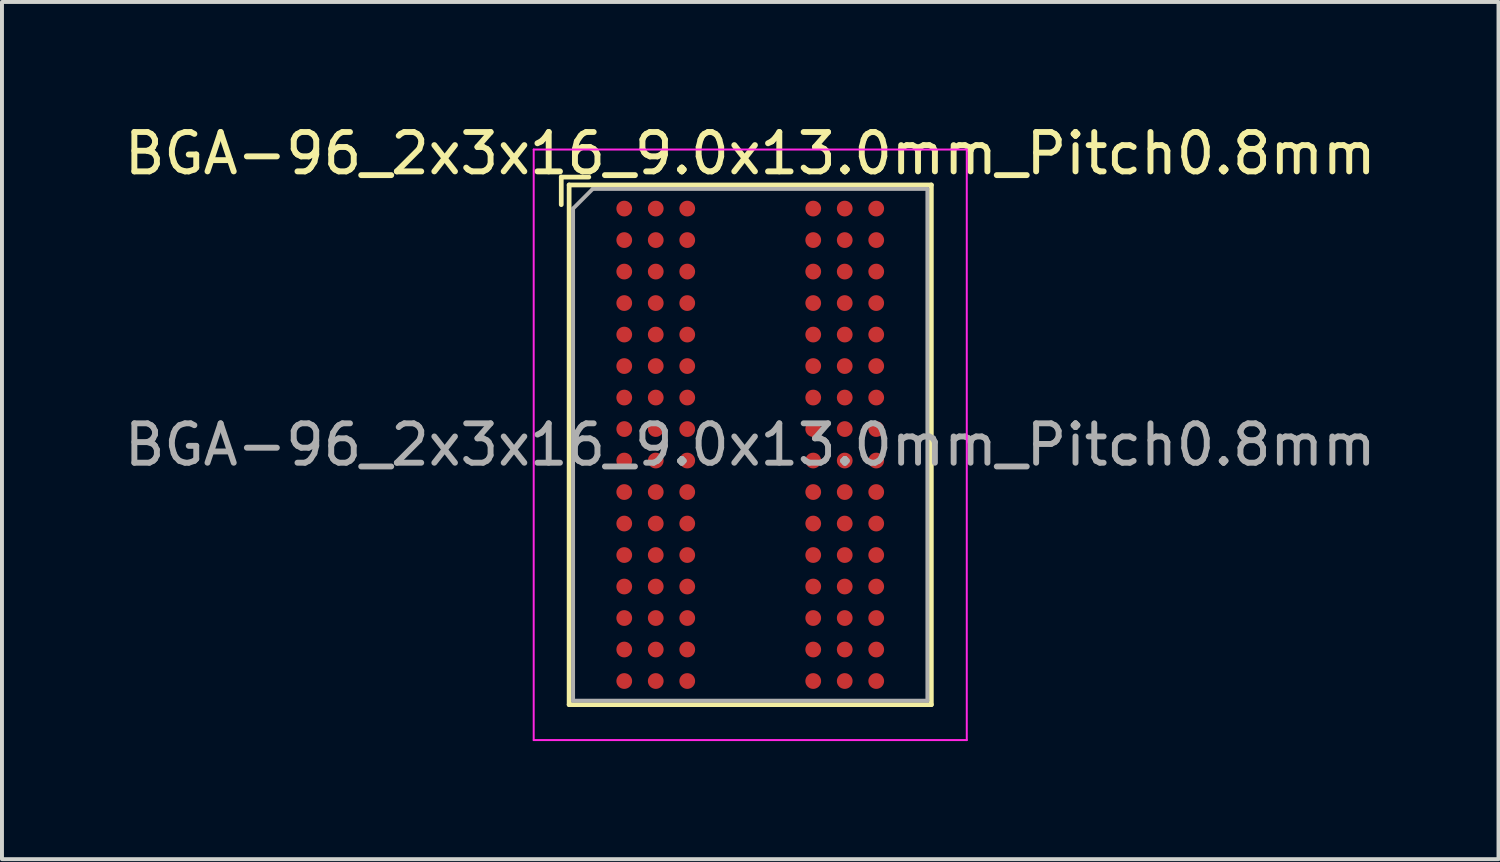
<source format=kicad_pcb>
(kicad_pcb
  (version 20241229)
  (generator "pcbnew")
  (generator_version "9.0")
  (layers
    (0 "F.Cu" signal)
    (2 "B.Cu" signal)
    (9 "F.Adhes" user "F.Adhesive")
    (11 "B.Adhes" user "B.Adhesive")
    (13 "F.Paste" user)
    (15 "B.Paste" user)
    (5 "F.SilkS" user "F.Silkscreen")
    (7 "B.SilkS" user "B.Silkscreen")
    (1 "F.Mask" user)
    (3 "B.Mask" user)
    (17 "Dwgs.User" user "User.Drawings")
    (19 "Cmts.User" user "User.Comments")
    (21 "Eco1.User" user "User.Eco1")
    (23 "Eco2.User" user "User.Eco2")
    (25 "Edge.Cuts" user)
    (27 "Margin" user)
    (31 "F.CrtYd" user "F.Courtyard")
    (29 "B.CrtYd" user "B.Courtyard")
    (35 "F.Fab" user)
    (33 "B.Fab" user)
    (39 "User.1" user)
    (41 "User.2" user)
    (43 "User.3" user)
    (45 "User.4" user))
  (footprint "BGA-96_2x3x16_9.0x13.0mm_Pitch0.8mm"
    (layer "F.Cu")
    (at 16.006 8.248)
    (property "Reference" "BGA-96_2x3x16_9.0x13.0mm_Pitch0.8mm" (at 0 -7.4 0) (layer "F.SilkS") (effects (font (size 1 1) (thickness 0.15))))
    (attr smd)
    (fp_line (start -4.8 -6.8) (end -4.8 -6.1) (stroke (width 0.12) (type solid)) (layer "F.SilkS"))
    (fp_line (start -4.6 -6.6) (end -4.6 6.6) (stroke (width 0.12) (type solid)) (layer "F.SilkS"))
    (fp_line (start -4.6 6.6) (end 4.6 6.6) (stroke (width 0.12) (type solid)) (layer "F.SilkS"))
    (fp_line (start -4.1 -6.8) (end -4.8 -6.8) (stroke (width 0.12) (type solid)) (layer "F.SilkS"))
    (fp_line (start 4.6 -6.6) (end -4.6 -6.6) (stroke (width 0.12) (type solid)) (layer "F.SilkS"))
    (fp_line (start 4.6 6.6) (end 4.6 -6.6) (stroke (width 0.12) (type solid)) (layer "F.SilkS"))
    (fp_line (start -5.5 -7.5) (end -5.5 7.5) (stroke (width 0.05) (type solid)) (layer "F.CrtYd"))
    (fp_line (start -5.5 -7.5) (end 5.5 -7.5) (stroke (width 0.05) (type solid)) (layer "F.CrtYd"))
    (fp_line (start 5.5 7.5) (end -5.5 7.5) (stroke (width 0.05) (type solid)) (layer "F.CrtYd"))
    (fp_line (start 5.5 7.5) (end 5.5 -7.5) (stroke (width 0.05) (type solid)) (layer "F.CrtYd"))
    (fp_line (start -4.5 -6) (end -4.5 6.5) (stroke (width 0.1) (type solid)) (layer "F.Fab"))
    (fp_line (start -4.5 6.5) (end 4.5 6.5) (stroke (width 0.1) (type solid)) (layer "F.Fab"))
    (fp_line (start -4 -6.5) (end -4.5 -6) (stroke (width 0.1) (type solid)) (layer "F.Fab"))
    (fp_line (start 4.5 -6.5) (end -4 -6.5) (stroke (width 0.1) (type solid)) (layer "F.Fab"))
    (fp_line (start 4.5 6.5) (end 4.5 -6.5) (stroke (width 0.1) (type solid)) (layer "F.Fab"))
    (fp_text user "${REFERENCE}" (at 0 0 0) (layer "F.Fab") (effects (font (size 1 1) (thickness 0.15))))
    (pad "A1" smd circle (at -3.2 -6) (size 0.4 0.4) (layers "F.Cu" "F.Mask" "F.Paste"))
    (pad "A2" smd circle (at -2.4 -6) (size 0.4 0.4) (layers "F.Cu" "F.Mask" "F.Paste"))
    (pad "A3" smd circle (at -1.6 -6) (size 0.4 0.4) (layers "F.Cu" "F.Mask" "F.Paste"))
    (pad "A7" smd circle (at 1.6 -6) (size 0.4 0.4) (layers "F.Cu" "F.Mask" "F.Paste"))
    (pad "A8" smd circle (at 2.4 -6) (size 0.4 0.4) (layers "F.Cu" "F.Mask" "F.Paste"))
    (pad "A9" smd circle (at 3.2 -6) (size 0.4 0.4) (layers "F.Cu" "F.Mask" "F.Paste"))
    (pad "B1" smd circle (at -3.2 -5.2) (size 0.4 0.4) (layers "F.Cu" "F.Mask" "F.Paste"))
    (pad "B2" smd circle (at -2.4 -5.2) (size 0.4 0.4) (layers "F.Cu" "F.Mask" "F.Paste"))
    (pad "B3" smd circle (at -1.6 -5.2) (size 0.4 0.4) (layers "F.Cu" "F.Mask" "F.Paste"))
    (pad "B7" smd circle (at 1.6 -5.2) (size 0.4 0.4) (layers "F.Cu" "F.Mask" "F.Paste"))
    (pad "B8" smd circle (at 2.4 -5.2) (size 0.4 0.4) (layers "F.Cu" "F.Mask" "F.Paste"))
    (pad "B9" smd circle (at 3.2 -5.2) (size 0.4 0.4) (layers "F.Cu" "F.Mask" "F.Paste"))
    (pad "C1" smd circle (at -3.2 -4.4) (size 0.4 0.4) (layers "F.Cu" "F.Mask" "F.Paste"))
    (pad "C2" smd circle (at -2.4 -4.4) (size 0.4 0.4) (layers "F.Cu" "F.Mask" "F.Paste"))
    (pad "C3" smd circle (at -1.6 -4.4) (size 0.4 0.4) (layers "F.Cu" "F.Mask" "F.Paste"))
    (pad "C7" smd circle (at 1.6 -4.4) (size 0.4 0.4) (layers "F.Cu" "F.Mask" "F.Paste"))
    (pad "C8" smd circle (at 2.4 -4.4) (size 0.4 0.4) (layers "F.Cu" "F.Mask" "F.Paste"))
    (pad "C9" smd circle (at 3.2 -4.4) (size 0.4 0.4) (layers "F.Cu" "F.Mask" "F.Paste"))
    (pad "D1" smd circle (at -3.2 -3.6) (size 0.4 0.4) (layers "F.Cu" "F.Mask" "F.Paste"))
    (pad "D2" smd circle (at -2.4 -3.6) (size 0.4 0.4) (layers "F.Cu" "F.Mask" "F.Paste"))
    (pad "D3" smd circle (at -1.6 -3.6) (size 0.4 0.4) (layers "F.Cu" "F.Mask" "F.Paste"))
    (pad "D7" smd circle (at 1.6 -3.6) (size 0.4 0.4) (layers "F.Cu" "F.Mask" "F.Paste"))
    (pad "D8" smd circle (at 2.4 -3.6) (size 0.4 0.4) (layers "F.Cu" "F.Mask" "F.Paste"))
    (pad "D9" smd circle (at 3.2 -3.6) (size 0.4 0.4) (layers "F.Cu" "F.Mask" "F.Paste"))
    (pad "E1" smd circle (at -3.2 -2.8) (size 0.4 0.4) (layers "F.Cu" "F.Mask" "F.Paste"))
    (pad "E2" smd circle (at -2.4 -2.8) (size 0.4 0.4) (layers "F.Cu" "F.Mask" "F.Paste"))
    (pad "E3" smd circle (at -1.6 -2.8) (size 0.4 0.4) (layers "F.Cu" "F.Mask" "F.Paste"))
    (pad "E7" smd circle (at 1.6 -2.8) (size 0.4 0.4) (layers "F.Cu" "F.Mask" "F.Paste"))
    (pad "E8" smd circle (at 2.4 -2.8) (size 0.4 0.4) (layers "F.Cu" "F.Mask" "F.Paste"))
    (pad "E9" smd circle (at 3.2 -2.8) (size 0.4 0.4) (layers "F.Cu" "F.Mask" "F.Paste"))
    (pad "F1" smd circle (at -3.2 -2) (size 0.4 0.4) (layers "F.Cu" "F.Mask" "F.Paste"))
    (pad "F2" smd circle (at -2.4 -2) (size 0.4 0.4) (layers "F.Cu" "F.Mask" "F.Paste"))
    (pad "F3" smd circle (at -1.6 -2) (size 0.4 0.4) (layers "F.Cu" "F.Mask" "F.Paste"))
    (pad "F7" smd circle (at 1.6 -2) (size 0.4 0.4) (layers "F.Cu" "F.Mask" "F.Paste"))
    (pad "F8" smd circle (at 2.4 -2) (size 0.4 0.4) (layers "F.Cu" "F.Mask" "F.Paste"))
    (pad "F9" smd circle (at 3.2 -2) (size 0.4 0.4) (layers "F.Cu" "F.Mask" "F.Paste"))
    (pad "G1" smd circle (at -3.2 -1.2) (size 0.4 0.4) (layers "F.Cu" "F.Mask" "F.Paste"))
    (pad "G2" smd circle (at -2.4 -1.2) (size 0.4 0.4) (layers "F.Cu" "F.Mask" "F.Paste"))
    (pad "G3" smd circle (at -1.6 -1.2) (size 0.4 0.4) (layers "F.Cu" "F.Mask" "F.Paste"))
    (pad "G7" smd circle (at 1.6 -1.2) (size 0.4 0.4) (layers "F.Cu" "F.Mask" "F.Paste"))
    (pad "G8" smd circle (at 2.4 -1.2) (size 0.4 0.4) (layers "F.Cu" "F.Mask" "F.Paste"))
    (pad "G9" smd circle (at 3.2 -1.2) (size 0.4 0.4) (layers "F.Cu" "F.Mask" "F.Paste"))
    (pad "H1" smd circle (at -3.2 -0.4) (size 0.4 0.4) (layers "F.Cu" "F.Mask" "F.Paste"))
    (pad "H2" smd circle (at -2.4 -0.4) (size 0.4 0.4) (layers "F.Cu" "F.Mask" "F.Paste"))
    (pad "H3" smd circle (at -1.6 -0.4) (size 0.4 0.4) (layers "F.Cu" "F.Mask" "F.Paste"))
    (pad "H7" smd circle (at 1.6 -0.4) (size 0.4 0.4) (layers "F.Cu" "F.Mask" "F.Paste"))
    (pad "H8" smd circle (at 2.4 -0.4) (size 0.4 0.4) (layers "F.Cu" "F.Mask" "F.Paste"))
    (pad "H9" smd circle (at 3.2 -0.4) (size 0.4 0.4) (layers "F.Cu" "F.Mask" "F.Paste"))
    (pad "J1" smd circle (at -3.2 0.4) (size 0.4 0.4) (layers "F.Cu" "F.Mask" "F.Paste"))
    (pad "J2" smd circle (at -2.4 0.4) (size 0.4 0.4) (layers "F.Cu" "F.Mask" "F.Paste"))
    (pad "J3" smd circle (at -1.6 0.4) (size 0.4 0.4) (layers "F.Cu" "F.Mask" "F.Paste"))
    (pad "J7" smd circle (at 1.6 0.4) (size 0.4 0.4) (layers "F.Cu" "F.Mask" "F.Paste"))
    (pad "J8" smd circle (at 2.4 0.4) (size 0.4 0.4) (layers "F.Cu" "F.Mask" "F.Paste"))
    (pad "J9" smd circle (at 3.2 0.4) (size 0.4 0.4) (layers "F.Cu" "F.Mask" "F.Paste"))
    (pad "K1" smd circle (at -3.2 1.2) (size 0.4 0.4) (layers "F.Cu" "F.Mask" "F.Paste"))
    (pad "K2" smd circle (at -2.4 1.2) (size 0.4 0.4) (layers "F.Cu" "F.Mask" "F.Paste"))
    (pad "K3" smd circle (at -1.6 1.2) (size 0.4 0.4) (layers "F.Cu" "F.Mask" "F.Paste"))
    (pad "K7" smd circle (at 1.6 1.2) (size 0.4 0.4) (layers "F.Cu" "F.Mask" "F.Paste"))
    (pad "K8" smd circle (at 2.4 1.2) (size 0.4 0.4) (layers "F.Cu" "F.Mask" "F.Paste"))
    (pad "K9" smd circle (at 3.2 1.2) (size 0.4 0.4) (layers "F.Cu" "F.Mask" "F.Paste"))
    (pad "L1" smd circle (at -3.2 2) (size 0.4 0.4) (layers "F.Cu" "F.Mask" "F.Paste"))
    (pad "L2" smd circle (at -2.4 2) (size 0.4 0.4) (layers "F.Cu" "F.Mask" "F.Paste"))
    (pad "L3" smd circle (at -1.6 2) (size 0.4 0.4) (layers "F.Cu" "F.Mask" "F.Paste"))
    (pad "L7" smd circle (at 1.6 2) (size 0.4 0.4) (layers "F.Cu" "F.Mask" "F.Paste"))
    (pad "L8" smd circle (at 2.4 2) (size 0.4 0.4) (layers "F.Cu" "F.Mask" "F.Paste"))
    (pad "L9" smd circle (at 3.2 2) (size 0.4 0.4) (layers "F.Cu" "F.Mask" "F.Paste"))
    (pad "M1" smd circle (at -3.2 2.8) (size 0.4 0.4) (layers "F.Cu" "F.Mask" "F.Paste"))
    (pad "M2" smd circle (at -2.4 2.8) (size 0.4 0.4) (layers "F.Cu" "F.Mask" "F.Paste"))
    (pad "M3" smd circle (at -1.6 2.8) (size 0.4 0.4) (layers "F.Cu" "F.Mask" "F.Paste"))
    (pad "M7" smd circle (at 1.6 2.8) (size 0.4 0.4) (layers "F.Cu" "F.Mask" "F.Paste"))
    (pad "M8" smd circle (at 2.4 2.8) (size 0.4 0.4) (layers "F.Cu" "F.Mask" "F.Paste"))
    (pad "M9" smd circle (at 3.2 2.8) (size 0.4 0.4) (layers "F.Cu" "F.Mask" "F.Paste"))
    (pad "N1" smd circle (at -3.2 3.6) (size 0.4 0.4) (layers "F.Cu" "F.Mask" "F.Paste"))
    (pad "N2" smd circle (at -2.4 3.6) (size 0.4 0.4) (layers "F.Cu" "F.Mask" "F.Paste"))
    (pad "N3" smd circle (at -1.6 3.6) (size 0.4 0.4) (layers "F.Cu" "F.Mask" "F.Paste"))
    (pad "N7" smd circle (at 1.6 3.6) (size 0.4 0.4) (layers "F.Cu" "F.Mask" "F.Paste"))
    (pad "N8" smd circle (at 2.4 3.6) (size 0.4 0.4) (layers "F.Cu" "F.Mask" "F.Paste"))
    (pad "N9" smd circle (at 3.2 3.6) (size 0.4 0.4) (layers "F.Cu" "F.Mask" "F.Paste"))
    (pad "P1" smd circle (at -3.2 4.4) (size 0.4 0.4) (layers "F.Cu" "F.Mask" "F.Paste"))
    (pad "P2" smd circle (at -2.4 4.4) (size 0.4 0.4) (layers "F.Cu" "F.Mask" "F.Paste"))
    (pad "P3" smd circle (at -1.6 4.4) (size 0.4 0.4) (layers "F.Cu" "F.Mask" "F.Paste"))
    (pad "P7" smd circle (at 1.6 4.4) (size 0.4 0.4) (layers "F.Cu" "F.Mask" "F.Paste"))
    (pad "P8" smd circle (at 2.4 4.4) (size 0.4 0.4) (layers "F.Cu" "F.Mask" "F.Paste"))
    (pad "P9" smd circle (at 3.2 4.4) (size 0.4 0.4) (layers "F.Cu" "F.Mask" "F.Paste"))
    (pad "R1" smd circle (at -3.2 5.2) (size 0.4 0.4) (layers "F.Cu" "F.Mask" "F.Paste"))
    (pad "R2" smd circle (at -2.4 5.2) (size 0.4 0.4) (layers "F.Cu" "F.Mask" "F.Paste"))
    (pad "R3" smd circle (at -1.6 5.2) (size 0.4 0.4) (layers "F.Cu" "F.Mask" "F.Paste"))
    (pad "R7" smd circle (at 1.6 5.2) (size 0.4 0.4) (layers "F.Cu" "F.Mask" "F.Paste"))
    (pad "R8" smd circle (at 2.4 5.2) (size 0.4 0.4) (layers "F.Cu" "F.Mask" "F.Paste"))
    (pad "R9" smd circle (at 3.2 5.2) (size 0.4 0.4) (layers "F.Cu" "F.Mask" "F.Paste"))
    (pad "T1" smd circle (at -3.2 6) (size 0.4 0.4) (layers "F.Cu" "F.Mask" "F.Paste"))
    (pad "T2" smd circle (at -2.4 6) (size 0.4 0.4) (layers "F.Cu" "F.Mask" "F.Paste"))
    (pad "T3" smd circle (at -1.6 6) (size 0.4 0.4) (layers "F.Cu" "F.Mask" "F.Paste"))
    (pad "T7" smd circle (at 1.6 6) (size 0.4 0.4) (layers "F.Cu" "F.Mask" "F.Paste"))
    (pad "T8" smd circle (at 2.4 6) (size 0.4 0.4) (layers "F.Cu" "F.Mask" "F.Paste"))
    (pad "T9" smd circle (at 3.2 6) (size 0.4 0.4) (layers "F.Cu" "F.Mask" "F.Paste")))
  (gr_rect
    (start -3 -3)
    (end 35.012 18.773)
    (stroke (width 0.1) (type default))
    (fill no)
    (layer "Edge.Cuts")))
</source>
